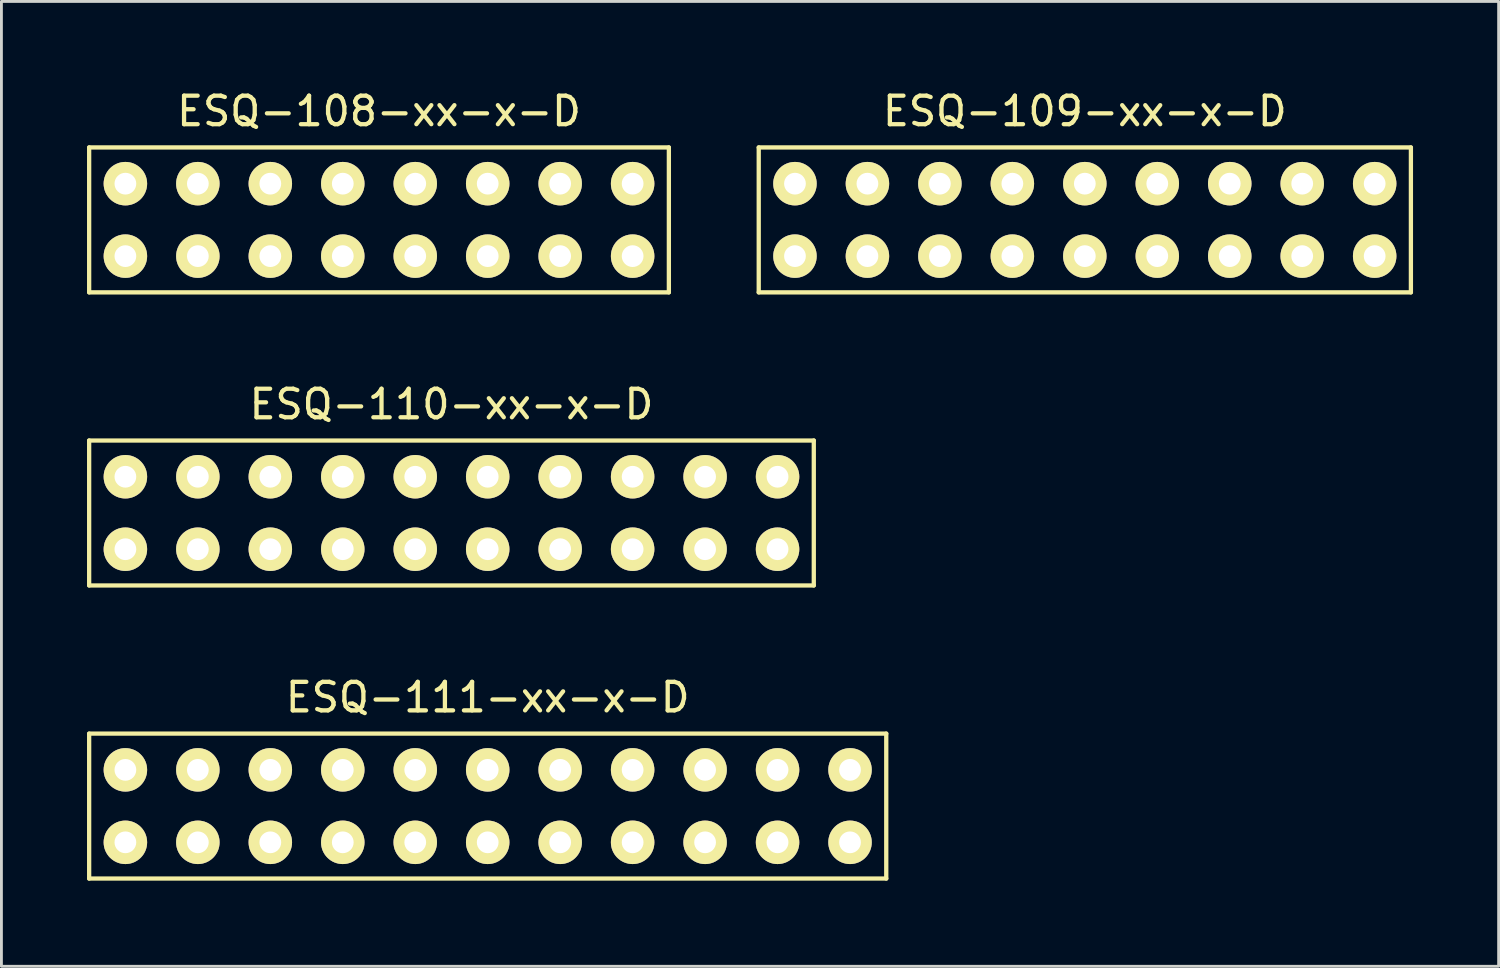
<source format=kicad_pcb>
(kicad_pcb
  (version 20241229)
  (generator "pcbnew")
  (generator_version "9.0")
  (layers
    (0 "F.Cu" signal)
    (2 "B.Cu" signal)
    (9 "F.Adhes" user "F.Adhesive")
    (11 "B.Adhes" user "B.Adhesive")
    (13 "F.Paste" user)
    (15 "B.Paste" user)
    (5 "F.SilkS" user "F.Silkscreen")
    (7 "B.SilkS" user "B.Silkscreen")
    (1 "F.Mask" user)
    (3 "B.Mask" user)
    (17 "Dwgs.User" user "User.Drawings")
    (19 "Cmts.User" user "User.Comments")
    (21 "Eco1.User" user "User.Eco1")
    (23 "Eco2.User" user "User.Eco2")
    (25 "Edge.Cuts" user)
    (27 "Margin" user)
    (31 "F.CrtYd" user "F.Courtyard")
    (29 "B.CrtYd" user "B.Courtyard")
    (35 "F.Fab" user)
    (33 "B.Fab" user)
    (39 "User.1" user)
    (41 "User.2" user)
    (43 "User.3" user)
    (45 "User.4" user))
  (footprint "ESQ-109-xx-x-D"
    (layer "F.Cu")
    (at 34.975 4.658)
    (property "Reference" "ESQ-109-xx-x-D" (at 0 -3.81 0) (layer "F.SilkS") (effects (font (size 1 1) (thickness 0.15))))
    (attr through_hole)
    (fp_line (start -11.43 -2.54) (end 11.43 -2.54) (stroke (width 0.15) (type solid)) (layer "F.SilkS"))
    (fp_line (start -11.43 2.54) (end -11.43 -2.54) (stroke (width 0.15) (type solid)) (layer "F.SilkS"))
    (fp_line (start 11.43 -2.54) (end 11.43 2.54) (stroke (width 0.15) (type solid)) (layer "F.SilkS"))
    (fp_line (start 11.43 2.54) (end -11.43 2.54) (stroke (width 0.15) (type solid)) (layer "F.SilkS"))
    (pad "1" thru_hole circle (at -10.16 -1.27) (size 1.524 1.524) (drill 0.762) (layers "*.Mask" "B.Cu" "F.SilkS"))
    (pad "2" thru_hole circle (at -10.16 1.27) (size 1.524 1.524) (drill 0.762) (layers "*.Mask" "B.Cu" "F.SilkS"))
    (pad "3" thru_hole circle (at -7.62 -1.27) (size 1.524 1.524) (drill 0.762) (layers "*.Mask" "B.Cu" "F.SilkS"))
    (pad "4" thru_hole circle (at -7.62 1.27) (size 1.524 1.524) (drill 0.762) (layers "*.Mask" "B.Cu" "F.SilkS"))
    (pad "5" thru_hole circle (at -5.08 -1.27) (size 1.524 1.524) (drill 0.762) (layers "*.Mask" "B.Cu" "F.SilkS"))
    (pad "6" thru_hole circle (at -5.08 1.27) (size 1.524 1.524) (drill 0.762) (layers "*.Mask" "B.Cu" "F.SilkS"))
    (pad "7" thru_hole circle (at -2.54 -1.27) (size 1.524 1.524) (drill 0.762) (layers "*.Mask" "B.Cu" "F.SilkS"))
    (pad "8" thru_hole circle (at -2.54 1.27) (size 1.524 1.524) (drill 0.762) (layers "*.Mask" "B.Cu" "F.SilkS"))
    (pad "9" thru_hole circle (at 0 -1.27) (size 1.524 1.524) (drill 0.762) (layers "*.Mask" "B.Cu" "F.SilkS"))
    (pad "10" thru_hole circle (at 0 1.27) (size 1.524 1.524) (drill 0.762) (layers "*.Mask" "B.Cu" "F.SilkS"))
    (pad "11" thru_hole circle (at 2.54 -1.27) (size 1.524 1.524) (drill 0.762) (layers "*.Mask" "B.Cu" "F.SilkS"))
    (pad "12" thru_hole circle (at 2.54 1.27) (size 1.524 1.524) (drill 0.762) (layers "*.Mask" "B.Cu" "F.SilkS"))
    (pad "13" thru_hole circle (at 5.08 -1.27) (size 1.524 1.524) (drill 0.762) (layers "*.Mask" "B.Cu" "F.SilkS"))
    (pad "14" thru_hole circle (at 5.08 1.27) (size 1.524 1.524) (drill 0.762) (layers "*.Mask" "B.Cu" "F.SilkS"))
    (pad "15" thru_hole circle (at 7.62 -1.27) (size 1.524 1.524) (drill 0.762) (layers "*.Mask" "B.Cu" "F.SilkS"))
    (pad "16" thru_hole circle (at 7.62 1.27) (size 1.524 1.524) (drill 0.762) (layers "*.Mask" "B.Cu" "F.SilkS"))
    (pad "17" thru_hole circle (at 10.16 -1.27) (size 1.524 1.524) (drill 0.762) (layers "*.Mask" "B.Cu" "F.SilkS"))
    (pad "18" thru_hole circle (at 10.16 1.27) (size 1.524 1.524) (drill 0.762) (layers "*.Mask" "B.Cu" "F.SilkS")))
  (footprint "ESQ-110-xx-x-D"
    (layer "F.Cu")
    (at 12.775 14.931)
    (property "Reference" "ESQ-110-xx-x-D" (at 0 -3.81 0) (layer "F.SilkS") (effects (font (size 1 1) (thickness 0.15))))
    (attr through_hole)
    (fp_line (start -12.7 -2.54) (end 12.7 -2.54) (stroke (width 0.15) (type solid)) (layer "F.SilkS"))
    (fp_line (start -12.7 2.54) (end -12.7 -2.54) (stroke (width 0.15) (type solid)) (layer "F.SilkS"))
    (fp_line (start 12.7 -2.54) (end 12.7 2.54) (stroke (width 0.15) (type solid)) (layer "F.SilkS"))
    (fp_line (start 12.7 2.54) (end -12.7 2.54) (stroke (width 0.15) (type solid)) (layer "F.SilkS"))
    (pad "1" thru_hole circle (at -11.43 -1.27) (size 1.524 1.524) (drill 0.762) (layers "*.Mask" "B.Cu" "F.SilkS"))
    (pad "2" thru_hole circle (at -11.43 1.27) (size 1.524 1.524) (drill 0.762) (layers "*.Mask" "B.Cu" "F.SilkS"))
    (pad "3" thru_hole circle (at -8.89 -1.27) (size 1.524 1.524) (drill 0.762) (layers "*.Mask" "B.Cu" "F.SilkS"))
    (pad "4" thru_hole circle (at -8.89 1.27) (size 1.524 1.524) (drill 0.762) (layers "*.Mask" "B.Cu" "F.SilkS"))
    (pad "5" thru_hole circle (at -6.35 -1.27) (size 1.524 1.524) (drill 0.762) (layers "*.Mask" "B.Cu" "F.SilkS"))
    (pad "6" thru_hole circle (at -6.35 1.27) (size 1.524 1.524) (drill 0.762) (layers "*.Mask" "B.Cu" "F.SilkS"))
    (pad "7" thru_hole circle (at -3.81 -1.27) (size 1.524 1.524) (drill 0.762) (layers "*.Mask" "B.Cu" "F.SilkS"))
    (pad "8" thru_hole circle (at -3.81 1.27) (size 1.524 1.524) (drill 0.762) (layers "*.Mask" "B.Cu" "F.SilkS"))
    (pad "9" thru_hole circle (at -1.27 -1.27) (size 1.524 1.524) (drill 0.762) (layers "*.Mask" "B.Cu" "F.SilkS"))
    (pad "10" thru_hole circle (at -1.27 1.27) (size 1.524 1.524) (drill 0.762) (layers "*.Mask" "B.Cu" "F.SilkS"))
    (pad "11" thru_hole circle (at 1.27 -1.27) (size 1.524 1.524) (drill 0.762) (layers "*.Mask" "B.Cu" "F.SilkS"))
    (pad "12" thru_hole circle (at 1.27 1.27) (size 1.524 1.524) (drill 0.762) (layers "*.Mask" "B.Cu" "F.SilkS"))
    (pad "13" thru_hole circle (at 3.81 -1.27) (size 1.524 1.524) (drill 0.762) (layers "*.Mask" "B.Cu" "F.SilkS"))
    (pad "14" thru_hole circle (at 3.81 1.27) (size 1.524 1.524) (drill 0.762) (layers "*.Mask" "B.Cu" "F.SilkS"))
    (pad "15" thru_hole circle (at 6.35 -1.27) (size 1.524 1.524) (drill 0.762) (layers "*.Mask" "B.Cu" "F.SilkS"))
    (pad "16" thru_hole circle (at 6.35 1.27) (size 1.524 1.524) (drill 0.762) (layers "*.Mask" "B.Cu" "F.SilkS"))
    (pad "17" thru_hole circle (at 8.89 -1.27) (size 1.524 1.524) (drill 0.762) (layers "*.Mask" "B.Cu" "F.SilkS"))
    (pad "18" thru_hole circle (at 8.89 1.27) (size 1.524 1.524) (drill 0.762) (layers "*.Mask" "B.Cu" "F.SilkS"))
    (pad "19" thru_hole circle (at 11.43 -1.27) (size 1.524 1.524) (drill 0.762) (layers "*.Mask" "B.Cu" "F.SilkS"))
    (pad "20" thru_hole circle (at 11.43 1.27) (size 1.524 1.524) (drill 0.762) (layers "*.Mask" "B.Cu" "F.SilkS")))
  (footprint "ESQ-111-xx-x-D"
    (layer "F.Cu")
    (at 14.045 25.205)
    (property "Reference" "ESQ-111-xx-x-D" (at 0 -3.81 0) (layer "F.SilkS") (effects (font (size 1 1) (thickness 0.15))))
    (attr through_hole)
    (fp_line (start -13.97 -2.54) (end 13.97 -2.54) (stroke (width 0.15) (type solid)) (layer "F.SilkS"))
    (fp_line (start -13.97 2.54) (end -13.97 -2.54) (stroke (width 0.15) (type solid)) (layer "F.SilkS"))
    (fp_line (start 13.97 -2.54) (end 13.97 2.54) (stroke (width 0.15) (type solid)) (layer "F.SilkS"))
    (fp_line (start 13.97 2.54) (end -13.97 2.54) (stroke (width 0.15) (type solid)) (layer "F.SilkS"))
    (pad "1" thru_hole circle (at -12.7 -1.27) (size 1.524 1.524) (drill 0.762) (layers "*.Mask" "B.Cu" "F.SilkS"))
    (pad "2" thru_hole circle (at -12.7 1.27) (size 1.524 1.524) (drill 0.762) (layers "*.Mask" "B.Cu" "F.SilkS"))
    (pad "3" thru_hole circle (at -10.16 -1.27) (size 1.524 1.524) (drill 0.762) (layers "*.Mask" "B.Cu" "F.SilkS"))
    (pad "4" thru_hole circle (at -10.16 1.27) (size 1.524 1.524) (drill 0.762) (layers "*.Mask" "B.Cu" "F.SilkS"))
    (pad "5" thru_hole circle (at -7.62 -1.27) (size 1.524 1.524) (drill 0.762) (layers "*.Mask" "B.Cu" "F.SilkS"))
    (pad "6" thru_hole circle (at -7.62 1.27) (size 1.524 1.524) (drill 0.762) (layers "*.Mask" "B.Cu" "F.SilkS"))
    (pad "7" thru_hole circle (at -5.08 -1.27) (size 1.524 1.524) (drill 0.762) (layers "*.Mask" "B.Cu" "F.SilkS"))
    (pad "8" thru_hole circle (at -5.08 1.27) (size 1.524 1.524) (drill 0.762) (layers "*.Mask" "B.Cu" "F.SilkS"))
    (pad "9" thru_hole circle (at -2.54 -1.27) (size 1.524 1.524) (drill 0.762) (layers "*.Mask" "B.Cu" "F.SilkS"))
    (pad "10" thru_hole circle (at -2.54 1.27) (size 1.524 1.524) (drill 0.762) (layers "*.Mask" "B.Cu" "F.SilkS"))
    (pad "11" thru_hole circle (at 0 -1.27) (size 1.524 1.524) (drill 0.762) (layers "*.Mask" "B.Cu" "F.SilkS"))
    (pad "12" thru_hole circle (at 0 1.27) (size 1.524 1.524) (drill 0.762) (layers "*.Mask" "B.Cu" "F.SilkS"))
    (pad "13" thru_hole circle (at 2.54 -1.27) (size 1.524 1.524) (drill 0.762) (layers "*.Mask" "B.Cu" "F.SilkS"))
    (pad "14" thru_hole circle (at 2.54 1.27) (size 1.524 1.524) (drill 0.762) (layers "*.Mask" "B.Cu" "F.SilkS"))
    (pad "15" thru_hole circle (at 5.08 -1.27) (size 1.524 1.524) (drill 0.762) (layers "*.Mask" "B.Cu" "F.SilkS"))
    (pad "16" thru_hole circle (at 5.08 1.27) (size 1.524 1.524) (drill 0.762) (layers "*.Mask" "B.Cu" "F.SilkS"))
    (pad "17" thru_hole circle (at 7.62 -1.27) (size 1.524 1.524) (drill 0.762) (layers "*.Mask" "B.Cu" "F.SilkS"))
    (pad "18" thru_hole circle (at 7.62 1.27) (size 1.524 1.524) (drill 0.762) (layers "*.Mask" "B.Cu" "F.SilkS"))
    (pad "19" thru_hole circle (at 10.16 -1.27) (size 1.524 1.524) (drill 0.762) (layers "*.Mask" "B.Cu" "F.SilkS"))
    (pad "20" thru_hole circle (at 10.16 1.27) (size 1.524 1.524) (drill 0.762) (layers "*.Mask" "B.Cu" "F.SilkS"))
    (pad "21" thru_hole circle (at 12.7 -1.27) (size 1.524 1.524) (drill 0.762) (layers "*.Mask" "B.Cu" "F.SilkS"))
    (pad "22" thru_hole circle (at 12.7 1.27) (size 1.524 1.524) (drill 0.762) (layers "*.Mask" "B.Cu" "F.SilkS")))
  (footprint "ESQ-108-xx-x-D"
    (layer "F.Cu")
    (at 10.235 4.658)
    (property "Reference" "ESQ-108-xx-x-D" (at 0 -3.81 0) (layer "F.SilkS") (effects (font (size 1 1) (thickness 0.15))))
    (attr through_hole)
    (fp_line (start -10.16 -2.54) (end 10.16 -2.54) (stroke (width 0.15) (type solid)) (layer "F.SilkS"))
    (fp_line (start -10.16 2.54) (end -10.16 -2.54) (stroke (width 0.15) (type solid)) (layer "F.SilkS"))
    (fp_line (start 10.16 -2.54) (end 10.16 2.54) (stroke (width 0.15) (type solid)) (layer "F.SilkS"))
    (fp_line (start 10.16 2.54) (end -10.16 2.54) (stroke (width 0.15) (type solid)) (layer "F.SilkS"))
    (pad "1" thru_hole circle (at -8.89 -1.27) (size 1.524 1.524) (drill 0.762) (layers "*.Mask" "B.Cu" "F.SilkS"))
    (pad "2" thru_hole circle (at -8.89 1.27) (size 1.524 1.524) (drill 0.762) (layers "*.Mask" "B.Cu" "F.SilkS"))
    (pad "3" thru_hole circle (at -6.35 -1.27) (size 1.524 1.524) (drill 0.762) (layers "*.Mask" "B.Cu" "F.SilkS"))
    (pad "4" thru_hole circle (at -6.35 1.27) (size 1.524 1.524) (drill 0.762) (layers "*.Mask" "B.Cu" "F.SilkS"))
    (pad "5" thru_hole circle (at -3.81 -1.27) (size 1.524 1.524) (drill 0.762) (layers "*.Mask" "B.Cu" "F.SilkS"))
    (pad "6" thru_hole circle (at -3.81 1.27) (size 1.524 1.524) (drill 0.762) (layers "*.Mask" "B.Cu" "F.SilkS"))
    (pad "7" thru_hole circle (at -1.27 -1.27) (size 1.524 1.524) (drill 0.762) (layers "*.Mask" "B.Cu" "F.SilkS"))
    (pad "8" thru_hole circle (at -1.27 1.27) (size 1.524 1.524) (drill 0.762) (layers "*.Mask" "B.Cu" "F.SilkS"))
    (pad "9" thru_hole circle (at 1.27 -1.27) (size 1.524 1.524) (drill 0.762) (layers "*.Mask" "B.Cu" "F.SilkS"))
    (pad "10" thru_hole circle (at 1.27 1.27) (size 1.524 1.524) (drill 0.762) (layers "*.Mask" "B.Cu" "F.SilkS"))
    (pad "11" thru_hole circle (at 3.81 -1.27) (size 1.524 1.524) (drill 0.762) (layers "*.Mask" "B.Cu" "F.SilkS"))
    (pad "12" thru_hole circle (at 3.81 1.27) (size 1.524 1.524) (drill 0.762) (layers "*.Mask" "B.Cu" "F.SilkS"))
    (pad "13" thru_hole circle (at 6.35 -1.27) (size 1.524 1.524) (drill 0.762) (layers "*.Mask" "B.Cu" "F.SilkS"))
    (pad "14" thru_hole circle (at 6.35 1.27) (size 1.524 1.524) (drill 0.762) (layers "*.Mask" "B.Cu" "F.SilkS"))
    (pad "15" thru_hole circle (at 8.89 -1.27) (size 1.524 1.524) (drill 0.762) (layers "*.Mask" "B.Cu" "F.SilkS"))
    (pad "16" thru_hole circle (at 8.89 1.27) (size 1.524 1.524) (drill 0.762) (layers "*.Mask" "B.Cu" "F.SilkS")))
  (gr_rect
    (start -3 -3)
    (end 49.48 30.82)
    (stroke (width 0.1) (type default))
    (fill no)
    (layer "Edge.Cuts")))
</source>
